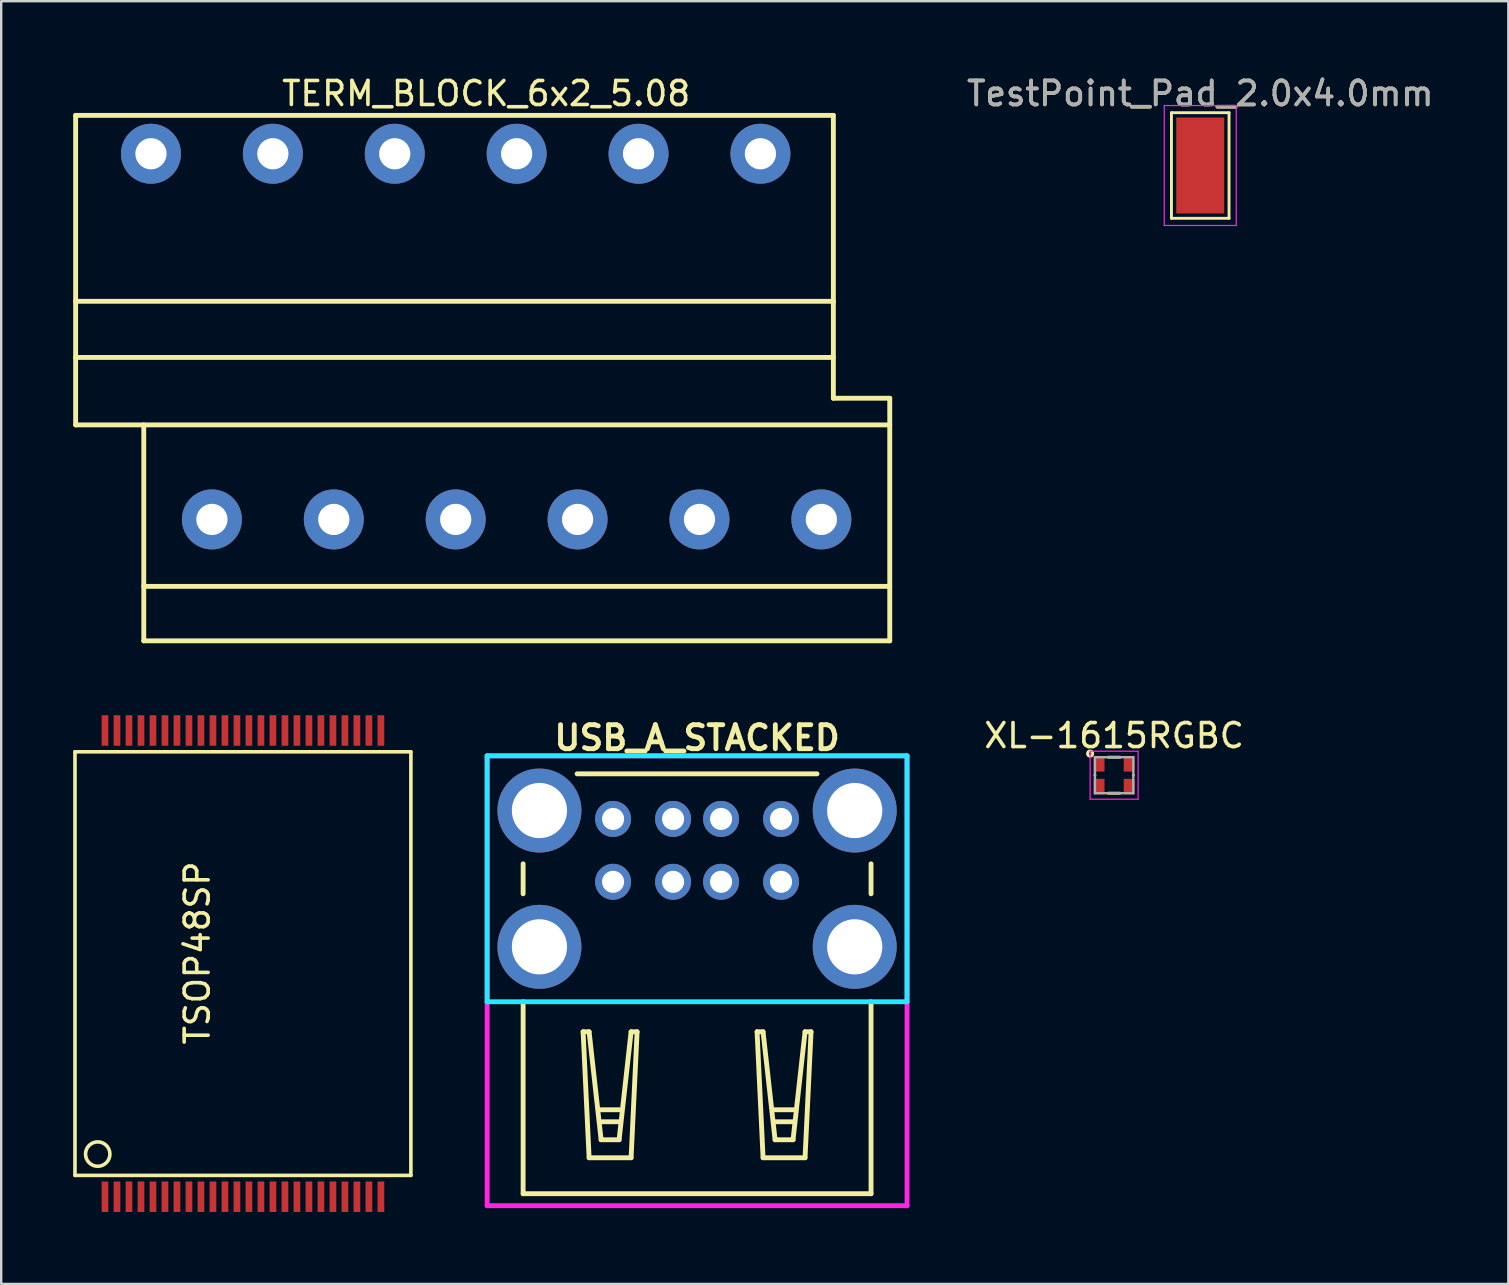
<source format=kicad_pcb>
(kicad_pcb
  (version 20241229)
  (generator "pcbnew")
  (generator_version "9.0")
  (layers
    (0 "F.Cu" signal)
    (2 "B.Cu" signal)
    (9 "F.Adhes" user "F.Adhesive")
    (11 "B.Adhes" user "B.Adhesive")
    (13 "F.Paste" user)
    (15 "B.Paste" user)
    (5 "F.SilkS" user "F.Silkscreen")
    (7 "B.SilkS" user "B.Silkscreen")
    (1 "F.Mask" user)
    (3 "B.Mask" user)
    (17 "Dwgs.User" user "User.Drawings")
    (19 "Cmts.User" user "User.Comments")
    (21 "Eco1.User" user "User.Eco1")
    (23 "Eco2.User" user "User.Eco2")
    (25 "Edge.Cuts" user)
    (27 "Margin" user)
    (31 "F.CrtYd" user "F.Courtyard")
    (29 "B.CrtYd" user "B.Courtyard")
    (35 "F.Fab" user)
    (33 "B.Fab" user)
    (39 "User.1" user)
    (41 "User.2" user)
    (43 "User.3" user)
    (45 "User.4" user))
  (footprint "USB_A_STACKED"
    (layer "F.Cu")
    (at 26.002 33.701)
    (property "Reference" "USB_A_STACKED" (at 0 -6 0) (layer "F.SilkS") (effects (font (size 1 1) (thickness 0.203))))
    (attr through_hole)
    (fp_line (start -7.25 -0.75) (end -7.25 0.5) (stroke (width 0.203) (type solid)) (layer "F.SilkS"))
    (fp_line (start -7.25 5) (end -7.25 13) (stroke (width 0.203) (type solid)) (layer "F.SilkS"))
    (fp_line (start -7.25 13) (end 7.25 13) (stroke (width 0.203) (type solid)) (layer "F.SilkS"))
    (fp_line (start -4.75 6.25) (end -4.5 6.25) (stroke (width 0.203) (type solid)) (layer "F.SilkS"))
    (fp_line (start -4.5 6.25) (end -4 10.75) (stroke (width 0.203) (type solid)) (layer "F.SilkS"))
    (fp_line (start -4.5 11.5) (end -4.75 6.25) (stroke (width 0.203) (type solid)) (layer "F.SilkS"))
    (fp_line (start -4 9.5) (end -3.25 9.5) (stroke (width 0.203) (type solid)) (layer "F.SilkS"))
    (fp_line (start -4 10) (end -3.25 10) (stroke (width 0.203) (type solid)) (layer "F.SilkS"))
    (fp_line (start -4 10.75) (end -3.25 10.75) (stroke (width 0.203) (type solid)) (layer "F.SilkS"))
    (fp_line (start -3.25 10.75) (end -2.75 6.25) (stroke (width 0.203) (type solid)) (layer "F.SilkS"))
    (fp_line (start -2.75 6.25) (end -2.5 6.25) (stroke (width 0.203) (type solid)) (layer "F.SilkS"))
    (fp_line (start -2.75 11.5) (end -4.5 11.5) (stroke (width 0.203) (type solid)) (layer "F.SilkS"))
    (fp_line (start -2.5 6.25) (end -2.75 11.5) (stroke (width 0.203) (type solid)) (layer "F.SilkS"))
    (fp_line (start 2.5 6.25) (end 2.75 6.25) (stroke (width 0.203) (type solid)) (layer "F.SilkS"))
    (fp_line (start 2.75 6.25) (end 3.25 10.75) (stroke (width 0.203) (type solid)) (layer "F.SilkS"))
    (fp_line (start 2.75 11.5) (end 2.5 6.25) (stroke (width 0.203) (type solid)) (layer "F.SilkS"))
    (fp_line (start 3.25 9.5) (end 4 9.5) (stroke (width 0.203) (type solid)) (layer "F.SilkS"))
    (fp_line (start 3.25 10) (end 4 10) (stroke (width 0.203) (type solid)) (layer "F.SilkS"))
    (fp_line (start 3.25 10.75) (end 4 10.75) (stroke (width 0.203) (type solid)) (layer "F.SilkS"))
    (fp_line (start 4 10.75) (end 4.5 6.25) (stroke (width 0.203) (type solid)) (layer "F.SilkS"))
    (fp_line (start 4.5 6.25) (end 4.75 6.25) (stroke (width 0.203) (type solid)) (layer "F.SilkS"))
    (fp_line (start 4.5 11.5) (end 2.75 11.5) (stroke (width 0.203) (type solid)) (layer "F.SilkS"))
    (fp_line (start 4.75 6.25) (end 4.5 11.5) (stroke (width 0.203) (type solid)) (layer "F.SilkS"))
    (fp_line (start 5 -4.5) (end -5 -4.5) (stroke (width 0.203) (type solid)) (layer "F.SilkS"))
    (fp_line (start 7.25 0.5) (end 7.25 -0.75) (stroke (width 0.203) (type solid)) (layer "F.SilkS"))
    (fp_line (start 7.25 13) (end 7.25 5) (stroke (width 0.203) (type solid)) (layer "F.SilkS"))
    (fp_line (start -8.75 -5.25) (end 8.75 -5.25) (stroke (width 0.203) (type solid)) (layer "B.CrtYd"))
    (fp_line (start -8.75 5) (end -8.75 -5.25) (stroke (width 0.203) (type solid)) (layer "B.CrtYd"))
    (fp_line (start 8.75 -5.25) (end 8.75 5) (stroke (width 0.203) (type solid)) (layer "B.CrtYd"))
    (fp_line (start 8.75 5) (end -8.75 5) (stroke (width 0.203) (type solid)) (layer "B.CrtYd"))
    (fp_line (start -8.75 -5.25) (end 8.75 -5.25) (stroke (width 0.203) (type solid)) (layer "F.CrtYd"))
    (fp_line (start -8.75 13.5) (end -8.75 -5.25) (stroke (width 0.203) (type solid)) (layer "F.CrtYd"))
    (fp_line (start 8.75 -5.25) (end 8.75 13.5) (stroke (width 0.203) (type solid)) (layer "F.CrtYd"))
    (fp_line (start 8.75 13.5) (end -8.75 13.5) (stroke (width 0.203) (type solid)) (layer "F.CrtYd"))
    (pad "1" thru_hole circle (at -3.5 -2.62) (size 1.5 1.5) (drill 0.92) (layers "*.Cu" "*.Mask"))
    (pad "2" thru_hole circle (at -1 -2.62) (size 1.5 1.5) (drill 0.92) (layers "*.Cu" "*.Mask"))
    (pad "3" thru_hole circle (at 1 -2.62) (size 1.5 1.5) (drill 0.92) (layers "*.Cu" "*.Mask"))
    (pad "4" thru_hole circle (at 3.5 -2.62) (size 1.5 1.5) (drill 0.92) (layers "*.Cu" "*.Mask"))
    (pad "5" thru_hole circle (at -3.5 0) (size 1.5 1.5) (drill 0.92) (layers "*.Cu" "*.Mask"))
    (pad "6" thru_hole circle (at -1 0) (size 1.5 1.5) (drill 0.92) (layers "*.Cu" "*.Mask"))
    (pad "7" thru_hole circle (at 1 0) (size 1.5 1.5) (drill 0.92) (layers "*.Cu" "*.Mask"))
    (pad "8" thru_hole circle (at 3.5 0) (size 1.5 1.5) (drill 0.92) (layers "*.Cu" "*.Mask"))
    (pad "9" thru_hole circle (at -6.57 -2.97) (size 3.5 3.5) (drill 2.3) (layers "*.Cu" "*.Mask"))
    (pad "9" thru_hole circle (at -6.57 2.71) (size 3.5 3.5) (drill 2.3) (layers "*.Cu" "*.Mask"))
    (pad "9" thru_hole circle (at 6.57 -2.97) (size 3.5 3.5) (drill 2.3) (layers "*.Cu" "*.Mask"))
    (pad "9" thru_hole circle (at 6.57 2.71) (size 3.5 3.5) (drill 2.3) (layers "*.Cu" "*.Mask")))
  (footprint "TSOP48SP"
    (layer "F.Cu")
    (at 7.075 37.174)
    (property "Reference" "TSOP48SP" (at -1.905 -0.508 90) (layer "F.SilkS") (effects (font (size 1 1) (thickness 0.15))))
    (attr smd)
    (fp_line (start -7 -8.89) (end 7 -8.89) (stroke (width 0.15) (type solid)) (layer "F.SilkS"))
    (fp_line (start -7 8.763) (end -7 -8.89) (stroke (width 0.15) (type solid)) (layer "F.SilkS"))
    (fp_line (start -7 8.763) (end 7 8.763) (stroke (width 0.15) (type solid)) (layer "F.SilkS"))
    (fp_line (start 7 -8.89) (end 7 8.763) (stroke (width 0.15) (type solid)) (layer "F.SilkS"))
    (fp_circle (center -6.052 7.874) (end -6.052 8.382) (stroke (width 0.15) (type solid)) (fill no) (layer "F.SilkS"))
    (pad "1" smd rect (at -5.75 9.652) (size 0.279 1.27) (layers "F.Cu" "F.Mask" "F.Paste"))
    (pad "2" smd rect (at -5.25 9.652) (size 0.279 1.27) (layers "F.Cu" "F.Mask" "F.Paste"))
    (pad "3" smd rect (at -4.75 9.652) (size 0.279 1.27) (layers "F.Cu" "F.Mask" "F.Paste"))
    (pad "4" smd rect (at -4.25 9.652) (size 0.279 1.27) (layers "F.Cu" "F.Mask" "F.Paste"))
    (pad "5" smd rect (at -3.75 9.652) (size 0.279 1.27) (layers "F.Cu" "F.Mask" "F.Paste"))
    (pad "6" smd rect (at -3.25 9.652) (size 0.279 1.27) (layers "F.Cu" "F.Mask" "F.Paste"))
    (pad "7" smd rect (at -2.75 9.652) (size 0.279 1.27) (layers "F.Cu" "F.Mask" "F.Paste"))
    (pad "8" smd rect (at -2.25 9.652) (size 0.279 1.27) (layers "F.Cu" "F.Mask" "F.Paste"))
    (pad "9" smd rect (at -1.75 9.652) (size 0.279 1.27) (layers "F.Cu" "F.Mask" "F.Paste"))
    (pad "10" smd rect (at -1.25 9.652) (size 0.279 1.27) (layers "F.Cu" "F.Mask" "F.Paste"))
    (pad "11" smd rect (at -0.75 9.652) (size 0.279 1.27) (layers "F.Cu" "F.Mask" "F.Paste"))
    (pad "12" smd rect (at -0.25 9.652) (size 0.279 1.27) (layers "F.Cu" "F.Mask" "F.Paste"))
    (pad "13" smd rect (at 0.25 9.652) (size 0.279 1.27) (layers "F.Cu" "F.Mask" "F.Paste"))
    (pad "14" smd rect (at 0.75 9.652) (size 0.279 1.27) (layers "F.Cu" "F.Mask" "F.Paste"))
    (pad "15" smd rect (at 1.25 9.652) (size 0.279 1.27) (layers "F.Cu" "F.Mask" "F.Paste"))
    (pad "16" smd rect (at 1.75 9.652) (size 0.279 1.27) (layers "F.Cu" "F.Mask" "F.Paste"))
    (pad "17" smd rect (at 2.25 9.652) (size 0.279 1.27) (layers "F.Cu" "F.Mask" "F.Paste"))
    (pad "18" smd rect (at 2.75 9.652) (size 0.279 1.27) (layers "F.Cu" "F.Mask" "F.Paste"))
    (pad "19" smd rect (at 3.25 9.652) (size 0.279 1.27) (layers "F.Cu" "F.Mask" "F.Paste"))
    (pad "20" smd rect (at 3.75 9.652) (size 0.279 1.27) (layers "F.Cu" "F.Mask" "F.Paste"))
    (pad "21" smd rect (at 4.25 9.652) (size 0.279 1.27) (layers "F.Cu" "F.Mask" "F.Paste"))
    (pad "22" smd rect (at 4.75 9.652) (size 0.279 1.27) (layers "F.Cu" "F.Mask" "F.Paste"))
    (pad "23" smd rect (at 5.25 9.652) (size 0.279 1.27) (layers "F.Cu" "F.Mask" "F.Paste"))
    (pad "24" smd rect (at 5.75 9.652) (size 0.279 1.27) (layers "F.Cu" "F.Mask" "F.Paste"))
    (pad "25" smd rect (at 5.75 -9.779) (size 0.279 1.27) (layers "F.Cu" "F.Mask" "F.Paste"))
    (pad "26" smd rect (at 5.25 -9.779) (size 0.279 1.27) (layers "F.Cu" "F.Mask" "F.Paste"))
    (pad "27" smd rect (at 4.75 -9.779) (size 0.279 1.27) (layers "F.Cu" "F.Mask" "F.Paste"))
    (pad "28" smd rect (at 4.25 -9.779) (size 0.279 1.27) (layers "F.Cu" "F.Mask" "F.Paste"))
    (pad "29" smd rect (at 3.75 -9.779) (size 0.279 1.27) (layers "F.Cu" "F.Mask" "F.Paste"))
    (pad "30" smd rect (at 3.25 -9.779) (size 0.279 1.27) (layers "F.Cu" "F.Mask" "F.Paste"))
    (pad "31" smd rect (at 2.75 -9.779) (size 0.279 1.27) (layers "F.Cu" "F.Mask" "F.Paste"))
    (pad "32" smd rect (at 2.25 -9.779) (size 0.279 1.27) (layers "F.Cu" "F.Mask" "F.Paste"))
    (pad "33" smd rect (at 1.75 -9.779) (size 0.279 1.27) (layers "F.Cu" "F.Mask" "F.Paste"))
    (pad "34" smd rect (at 1.25 -9.779) (size 0.279 1.27) (layers "F.Cu" "F.Mask" "F.Paste"))
    (pad "35" smd rect (at 0.75 -9.779) (size 0.279 1.27) (layers "F.Cu" "F.Mask" "F.Paste"))
    (pad "36" smd rect (at 0.25 -9.779) (size 0.279 1.27) (layers "F.Cu" "F.Mask" "F.Paste"))
    (pad "37" smd rect (at -0.25 -9.779) (size 0.279 1.27) (layers "F.Cu" "F.Mask" "F.Paste"))
    (pad "38" smd rect (at -0.75 -9.779) (size 0.279 1.27) (layers "F.Cu" "F.Mask" "F.Paste"))
    (pad "39" smd rect (at -1.25 -9.779) (size 0.279 1.27) (layers "F.Cu" "F.Mask" "F.Paste"))
    (pad "40" smd rect (at -1.75 -9.779) (size 0.279 1.27) (layers "F.Cu" "F.Mask" "F.Paste"))
    (pad "41" smd rect (at -2.25 -9.779) (size 0.279 1.27) (layers "F.Cu" "F.Mask" "F.Paste"))
    (pad "42" smd rect (at -2.75 -9.779) (size 0.279 1.27) (layers "F.Cu" "F.Mask" "F.Paste"))
    (pad "43" smd rect (at -3.25 -9.779) (size 0.279 1.27) (layers "F.Cu" "F.Mask" "F.Paste"))
    (pad "44" smd rect (at -3.75 -9.779) (size 0.279 1.27) (layers "F.Cu" "F.Mask" "F.Paste"))
    (pad "45" smd rect (at -4.25 -9.779) (size 0.279 1.27) (layers "F.Cu" "F.Mask" "F.Paste"))
    (pad "46" smd rect (at -4.75 -9.779) (size 0.279 1.27) (layers "F.Cu" "F.Mask" "F.Paste"))
    (pad "47" smd rect (at -5.25 -9.779) (size 0.279 1.27) (layers "F.Cu" "F.Mask" "F.Paste"))
    (pad "48" smd rect (at -5.75 -9.779) (size 0.279 1.27) (layers "F.Cu" "F.Mask" "F.Paste")))
  (footprint "TestPoint_Pad_2.0x4.0mm"
    (layer "F.Cu")
    (at 46.972 3.848)
    (property "Reference" "TestPoint_Pad_2.0x4.0mm" (at 0 -3 0) (layer "F.SilkS") (effects (font (size 1 1) (thickness 0.15))))
    (attr exclude_from_pos_files exclude_from_bom)
    (fp_line (start -1.2 -2.2) (end 1.2 -2.2) (stroke (width 0.12) (type solid)) (layer "F.SilkS"))
    (fp_line (start -1.2 2.2) (end -1.2 -2.2) (stroke (width 0.12) (type solid)) (layer "F.SilkS"))
    (fp_line (start 1.2 -2.2) (end 1.2 2.2) (stroke (width 0.12) (type solid)) (layer "F.SilkS"))
    (fp_line (start 1.2 2.2) (end -1.2 2.2) (stroke (width 0.12) (type solid)) (layer "F.SilkS"))
    (fp_line (start -1.5 -2.5) (end -1.5 2.5) (stroke (width 0.05) (type solid)) (layer "F.CrtYd"))
    (fp_line (start -1.5 -2.5) (end 1.5 -2.5) (stroke (width 0.05) (type solid)) (layer "F.CrtYd"))
    (fp_line (start 1.5 2.5) (end -1.5 2.5) (stroke (width 0.05) (type solid)) (layer "F.CrtYd"))
    (fp_line (start 1.5 2.5) (end 1.5 -2.5) (stroke (width 0.05) (type solid)) (layer "F.CrtYd"))
    (fp_text user "${REFERENCE}" (at 0 -3 0) (layer "F.Fab") (effects (font (size 1 1) (thickness 0.15))))
    (pad "1" smd rect (at 0 0) (size 2 4) (layers "F.Cu" "F.Mask")))
  (footprint "TERM_BLOCK_6x2_5.08"
    (layer "F.Cu")
    (at 17.212 10.978)
    (property "Reference" "TERM_BLOCK_6x2_5.08" (at 0 -10.13 0) (layer "F.SilkS") (effects (font (size 1 1) (thickness 0.15))))
    (attr through_hole)
    (fp_line (start -17.11 -9.22) (end 14.47 -9.22) (stroke (width 0.203) (type solid)) (layer "F.SilkS"))
    (fp_line (start -17.11 3.68) (end -17.11 -9.22) (stroke (width 0.203) (type solid)) (layer "F.SilkS"))
    (fp_line (start -14.27 12.68) (end -14.27 3.68) (stroke (width 0.203) (type solid)) (layer "F.SilkS"))
    (fp_line (start 14.47 -9.22) (end 14.47 -1.45) (stroke (width 0.203) (type solid)) (layer "F.SilkS"))
    (fp_line (start 14.47 -1.45) (end 14.47 2.57) (stroke (width 0.203) (type solid)) (layer "F.SilkS"))
    (fp_line (start 14.47 2.57) (end 16.82 2.57) (stroke (width 0.203) (type solid)) (layer "F.SilkS"))
    (fp_line (start 14.47 -1.47) (end -17.11 -1.47) (stroke (width 0.203) (type solid)) (layer "F.SilkS"))
    (fp_line (start 14.47 0.87) (end -17.11 0.87) (stroke (width 0.203) (type solid)) (layer "F.SilkS"))
    (fp_line (start 16.82 2.57) (end 16.82 12.68) (stroke (width 0.203) (type solid)) (layer "F.SilkS"))
    (fp_line (start 16.82 3.68) (end -17.11 3.68) (stroke (width 0.203) (type solid)) (layer "F.SilkS"))
    (fp_line (start 16.82 10.41) (end -14.27 10.41) (stroke (width 0.203) (type solid)) (layer "F.SilkS"))
    (fp_line (start 16.82 12.68) (end -14.27 12.68) (stroke (width 0.203) (type solid)) (layer "F.SilkS"))
    (pad "1" thru_hole circle (at 13.97 7.62) (size 2.5 2.5) (drill 1.3) (layers "*.Cu" "*.Mask"))
    (pad "2" thru_hole circle (at 11.43 -7.62) (size 2.5 2.5) (drill 1.3) (layers "*.Cu" "*.Mask"))
    (pad "3" thru_hole circle (at 8.89 7.62) (size 2.5 2.5) (drill 1.3) (layers "*.Cu" "*.Mask"))
    (pad "4" thru_hole circle (at 6.35 -7.62) (size 2.5 2.5) (drill 1.3) (layers "*.Cu" "*.Mask"))
    (pad "5" thru_hole circle (at 3.81 7.62) (size 2.5 2.5) (drill 1.3) (layers "*.Cu" "*.Mask"))
    (pad "6" thru_hole circle (at 1.27 -7.62) (size 2.5 2.5) (drill 1.3) (layers "*.Cu" "*.Mask"))
    (pad "7" thru_hole circle (at -1.27 7.62) (size 2.5 2.5) (drill 1.3) (layers "*.Cu" "*.Mask"))
    (pad "8" thru_hole circle (at -3.81 -7.62) (size 2.5 2.5) (drill 1.3) (layers "*.Cu" "*.Mask"))
    (pad "9" thru_hole circle (at -6.35 7.62) (size 2.5 2.5) (drill 1.3) (layers "*.Cu" "*.Mask"))
    (pad "10" thru_hole circle (at -8.89 -7.62) (size 2.5 2.5) (drill 1.3) (layers "*.Cu" "*.Mask"))
    (pad "11" thru_hole circle (at -11.43 7.62) (size 2.5 2.5) (drill 1.3) (layers "*.Cu" "*.Mask"))
    (pad "12" thru_hole circle (at -13.97 -7.62) (size 2.5 2.5) (drill 1.3) (layers "*.Cu" "*.Mask")))
  (footprint "XL-1615RGBC"
    (layer "F.Cu")
    (at 43.383 29.258)
    (property "Reference" "XL-1615RGBC" (at 0 -1.65 0) (layer "F.SilkS") (effects (font (size 1 1) (thickness 0.15))))
    (attr through_hole)
    (fp_line (start -0.8 0) (end -0.8 0) (stroke (width 0.12) (type solid)) (layer "F.SilkS"))
    (fp_line (start -0.25 -0.75) (end 0.25 -0.75) (stroke (width 0.12) (type solid)) (layer "F.SilkS"))
    (fp_line (start 0.25 0.75) (end -0.25 0.75) (stroke (width 0.12) (type solid)) (layer "F.SilkS"))
    (fp_line (start 0.8 0) (end 0.8 0) (stroke (width 0.12) (type solid)) (layer "F.SilkS"))
    (fp_circle (center -1 -0.9) (end -0.95 -0.9) (stroke (width 0.12) (type solid)) (fill no) (layer "F.SilkS"))
    (fp_line (start -1 -1) (end 1 -1) (stroke (width 0.05) (type solid)) (layer "F.CrtYd"))
    (fp_line (start -1 1) (end -1 -1) (stroke (width 0.05) (type solid)) (layer "F.CrtYd"))
    (fp_line (start 1 -1) (end 1 1) (stroke (width 0.05) (type solid)) (layer "F.CrtYd"))
    (fp_line (start 1 1) (end -1 1) (stroke (width 0.05) (type solid)) (layer "F.CrtYd"))
    (fp_line (start -0.8 -0.75) (end 0.8 -0.75) (stroke (width 0.1) (type solid)) (layer "F.Fab"))
    (fp_line (start -0.8 0.75) (end -0.8 -0.75) (stroke (width 0.1) (type solid)) (layer "F.Fab"))
    (fp_line (start 0.8 -0.75) (end 0.8 0.75) (stroke (width 0.1) (type solid)) (layer "F.Fab"))
    (fp_line (start 0.8 0.75) (end -0.8 0.75) (stroke (width 0.1) (type solid)) (layer "F.Fab"))
    (pad "1" smd rect (at -0.625 -0.475) (size 0.45 0.65) (layers "F.Cu" "F.Mask" "F.Paste"))
    (pad "2" smd rect (at -0.625 0.475) (size 0.45 0.65) (layers "F.Cu" "F.Mask" "F.Paste"))
    (pad "3" smd rect (at 0.625 0.475) (size 0.45 0.65) (layers "F.Cu" "F.Mask" "F.Paste"))
    (pad "4" smd rect (at 0.625 -0.475) (size 0.45 0.65) (layers "F.Cu" "F.Mask" "F.Paste")))
  (gr_rect
    (start -3 -3)
    (end 59.812 50.461)
    (stroke (width 0.1) (type default))
    (fill no)
    (layer "Edge.Cuts")))
</source>
